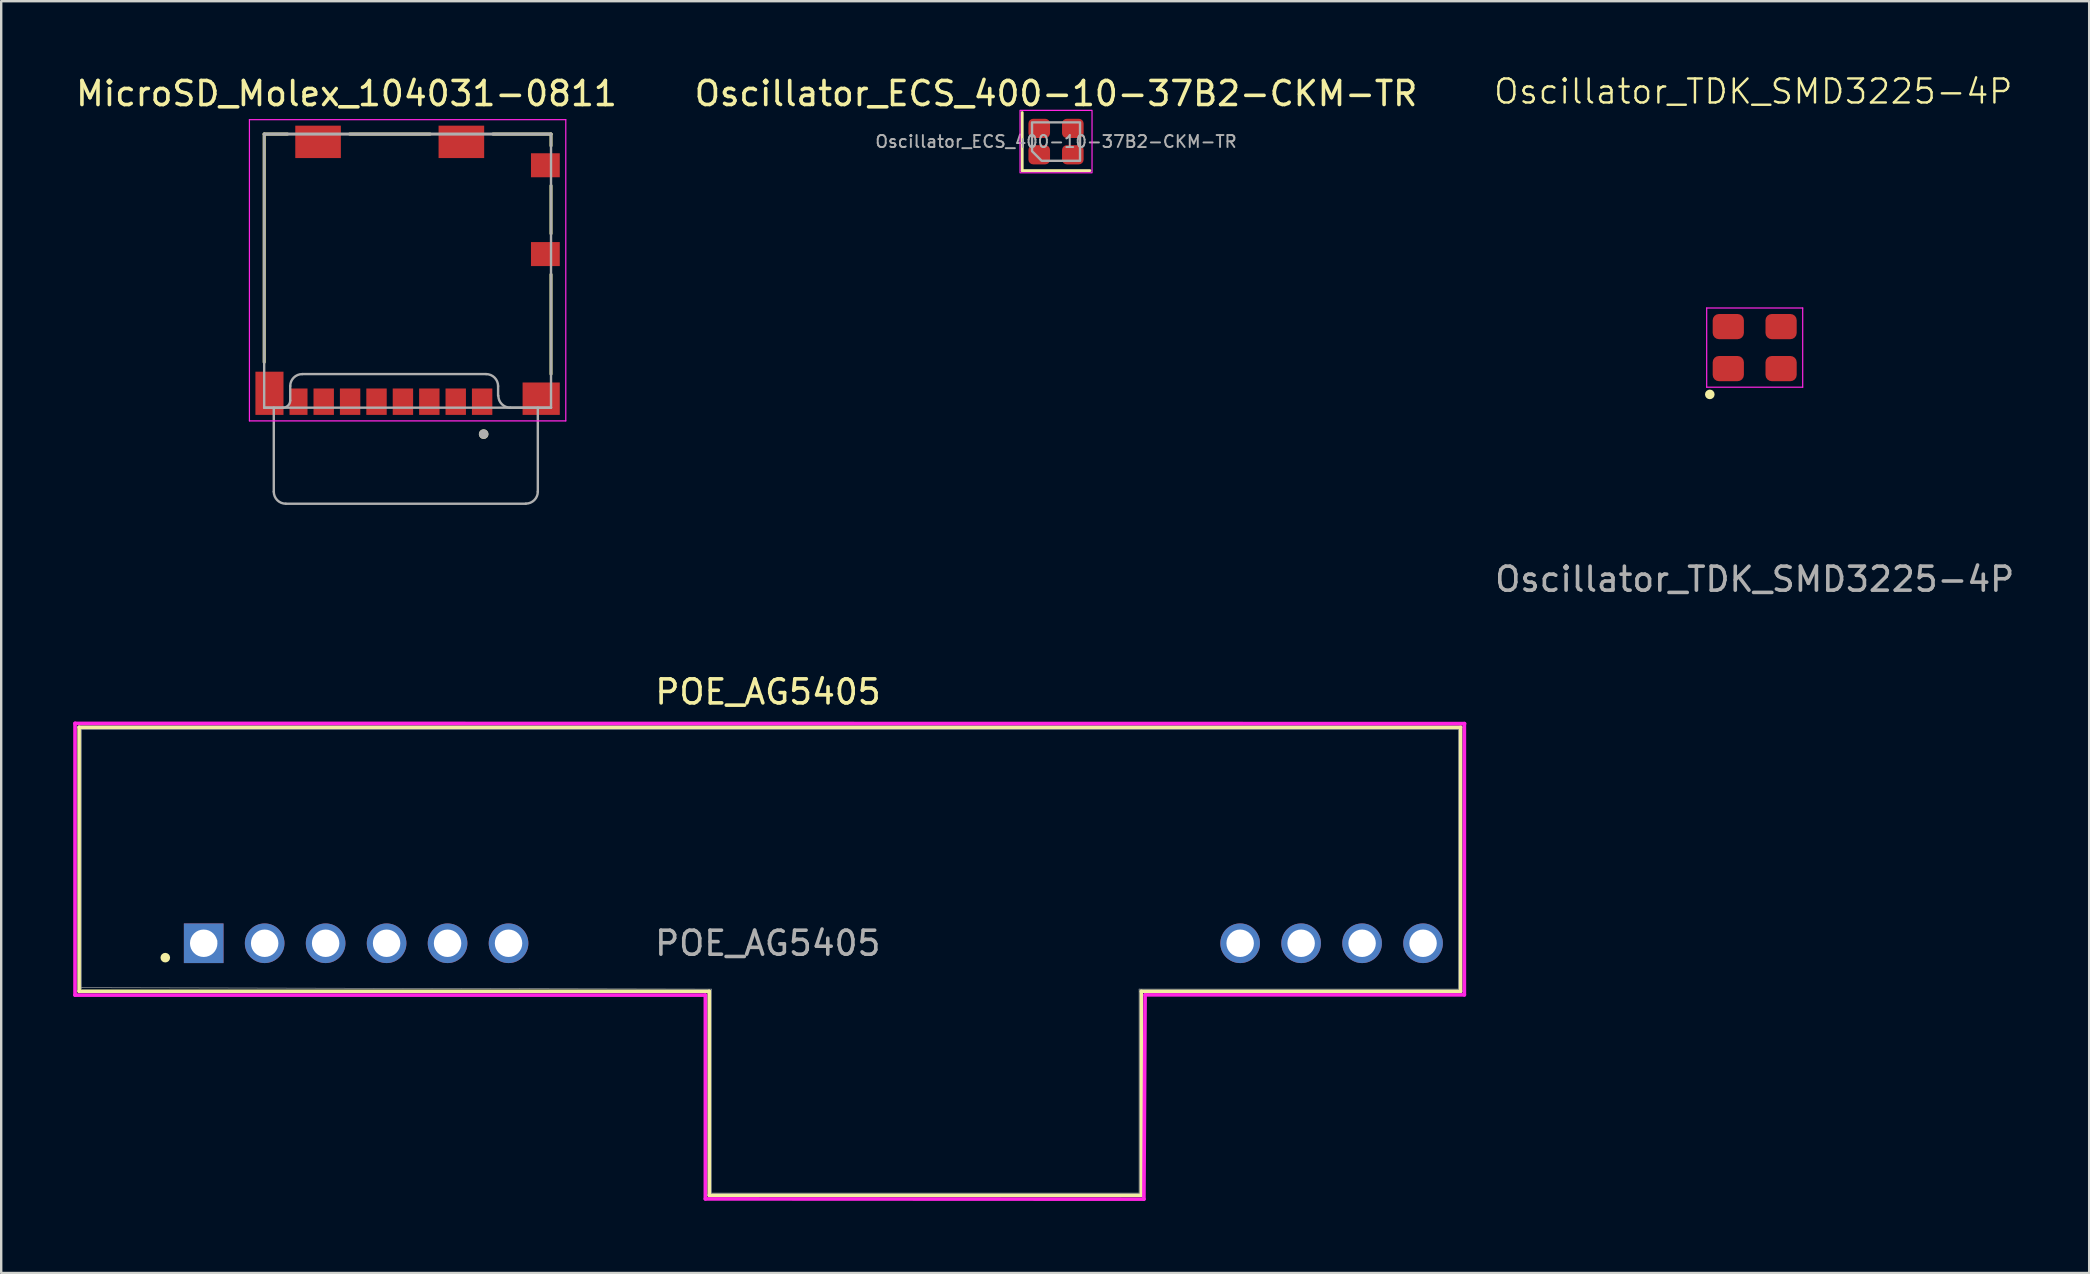
<source format=kicad_pcb>
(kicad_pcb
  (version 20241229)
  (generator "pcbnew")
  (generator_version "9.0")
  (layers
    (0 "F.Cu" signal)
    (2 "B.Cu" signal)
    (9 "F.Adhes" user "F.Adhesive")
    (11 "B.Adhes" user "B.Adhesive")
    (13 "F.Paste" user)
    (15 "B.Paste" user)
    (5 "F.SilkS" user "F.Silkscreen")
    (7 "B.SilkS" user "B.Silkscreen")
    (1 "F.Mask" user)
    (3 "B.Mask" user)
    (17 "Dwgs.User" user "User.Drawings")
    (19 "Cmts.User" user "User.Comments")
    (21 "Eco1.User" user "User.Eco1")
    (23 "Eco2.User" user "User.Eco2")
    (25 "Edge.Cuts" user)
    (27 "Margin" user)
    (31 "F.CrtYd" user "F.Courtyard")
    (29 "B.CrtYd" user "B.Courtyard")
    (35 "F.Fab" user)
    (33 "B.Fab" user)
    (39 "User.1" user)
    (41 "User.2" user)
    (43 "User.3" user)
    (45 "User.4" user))
  (footprint "Oscillator_TDK_SMD3225-4P"
    (layer "F.Cu")
    (at 70.052 11.431)
    (property "Reference" "Oscillator_TDK_SMD3225-4P" (at -0.06 -10.67 0) (unlocked yes) (layer "F.SilkS") (effects (font (size 1 1) (thickness 0.1))))
    (attr smd)
    (fp_circle (center -1.87 1.95) (end -1.77 1.95) (stroke (width 0.2) (type solid)) (fill no) (layer "F.SilkS"))
    (fp_line (start -2 -1.65) (end 2 -1.65) (stroke (width 0.05) (type solid)) (layer "F.CrtYd"))
    (fp_line (start -2 1.65) (end -2 -1.65) (stroke (width 0.05) (type solid)) (layer "F.CrtYd"))
    (fp_line (start 2 -1.65) (end 2 1.65) (stroke (width 0.05) (type solid)) (layer "F.CrtYd"))
    (fp_line (start 2 1.65) (end -2 1.65) (stroke (width 0.05) (type solid)) (layer "F.CrtYd"))
    (fp_text user "${REFERENCE}" (at 0 9.65 0) (unlocked yes) (layer "F.Fab") (effects (font (size 1 1) (thickness 0.15))))
    (pad "1" smd roundrect (at -1.1 0.875) (size 1.3 1.05) (layers "F.Cu" "F.Mask" "F.Paste") (roundrect_rratio 0.25))
    (pad "2" smd roundrect (at 1.1 0.875) (size 1.3 1.05) (layers "F.Cu" "F.Mask" "F.Paste") (roundrect_rratio 0.25))
    (pad "3" smd roundrect (at 1.1 -0.875) (size 1.3 1.05) (layers "F.Cu" "F.Mask" "F.Paste") (roundrect_rratio 0.25))
    (pad "4" smd roundrect (at -1.1 -0.875) (size 1.3 1.05) (layers "F.Cu" "F.Mask" "F.Paste") (roundrect_rratio 0.25)))
  (footprint "Oscillator_ECS_400-10-37B2-CKM-TR"
    (layer "F.Cu")
    (at 40.945 2.848)
    (property "Reference" "Oscillator_ECS_400-10-37B2-CKM-TR" (at 0 -2 0) (layer "F.SilkS") (effects (font (size 1 1) (thickness 0.15))))
    (attr smd)
    (fp_line (start -1.41 -1.21) (end -1.41 1.21) (stroke (width 0.12) (type solid)) (layer "F.SilkS"))
    (fp_line (start -1.41 1.21) (end 1.41 1.21) (stroke (width 0.12) (type solid)) (layer "F.SilkS"))
    (fp_rect (start -1.5 -1.3) (end 1.5 1.3) (stroke (width 0.05) (type solid)) (fill no) (layer "F.CrtYd"))
    (fp_poly (pts (xy -1 -0.8) (xy -1 0.4) (xy -0.6 0.8) (xy 1 0.8) (xy 1 -0.8)) (stroke (width 0.1) (type solid)) (fill no) (layer "F.Fab"))
    (fp_text user "${REFERENCE}" (at 0 0 0) (layer "F.Fab") (effects (font (size 0.5 0.5) (thickness 0.08))))
    (pad "1" smd roundrect (at -0.7 0.55) (size 0.9 0.8) (layers "F.Cu" "F.Mask" "F.Paste") (roundrect_rratio 0.25))
    (pad "2" smd roundrect (at 0.7 0.55) (size 0.9 0.8) (layers "F.Cu" "F.Mask" "F.Paste") (roundrect_rratio 0.25))
    (pad "3" smd roundrect (at 0.7 -0.55) (size 0.9 0.8) (layers "F.Cu" "F.Mask" "F.Paste") (roundrect_rratio 0.25))
    (pad "4" smd roundrect (at -0.7 -0.55) (size 0.9 0.8) (layers "F.Cu" "F.Mask" "F.Paste") (roundrect_rratio 0.25)))
  (footprint "POE_AG5405"
    (layer "F.Cu")
    (at 5.436 36.247)
    (property "Reference" "POE_AG5405" (at 23.51 -10.47 0) (unlocked yes) (layer "F.SilkS") (effects (font (size 1 1) (thickness 0.15))))
    (attr through_hole)
    (fp_line (start -5.19 -9) (end -5.19 2) (stroke (width 0.152) (type solid)) (layer "F.SilkS"))
    (fp_line (start -5.19 2) (end 21.06 2) (stroke (width 0.152) (type default)) (layer "F.SilkS"))
    (fp_line (start 21.06 10.5) (end 21.06 2) (stroke (width 0.152) (type default)) (layer "F.SilkS"))
    (fp_line (start 21.06 10.5) (end 39.06 10.5) (stroke (width 0.152) (type default)) (layer "F.SilkS"))
    (fp_line (start 39.06 2) (end 52.366 2) (stroke (width 0.152) (type solid)) (layer "F.SilkS"))
    (fp_line (start 39.06 10.5) (end 39.06 2) (stroke (width 0.152) (type default)) (layer "F.SilkS"))
    (fp_line (start 52.366 -9) (end -5.19 -9) (stroke (width 0.152) (type solid)) (layer "F.SilkS"))
    (fp_line (start 52.366 2) (end 52.366 -9) (stroke (width 0.152) (type solid)) (layer "F.SilkS"))
    (fp_circle (center -1.6 0.6) (end -1.5 0.6) (stroke (width 0.2) (type solid)) (fill no) (layer "F.SilkS"))
    (fp_line (start -5.36 -9.16) (end 52.53 -9.15) (stroke (width 0.152) (type solid)) (layer "F.CrtYd"))
    (fp_line (start -5.36 2.16) (end -5.36 -9.16) (stroke (width 0.152) (type solid)) (layer "F.CrtYd"))
    (fp_line (start 20.9 2.16) (end -5.36 2.16) (stroke (width 0.152) (type solid)) (layer "F.CrtYd"))
    (fp_line (start 20.9 10.65) (end 20.9 2.16) (stroke (width 0.152) (type solid)) (layer "F.CrtYd"))
    (fp_line (start 39.17 10.66) (end 20.9 10.65) (stroke (width 0.152) (type solid)) (layer "F.CrtYd"))
    (fp_line (start 39.17 10.66) (end 39.22 2.15) (stroke (width 0.152) (type solid)) (layer "F.CrtYd"))
    (fp_line (start 52.52 -9.15) (end 52.52 2.15) (stroke (width 0.152) (type solid)) (layer "F.CrtYd"))
    (fp_line (start 52.52 2.15) (end 39.22 2.15) (stroke (width 0.152) (type solid)) (layer "F.CrtYd"))
    (fp_line (start -5.1 -8.91) (end -5.1 1.91) (stroke (width 0.025) (type solid)) (layer "F.Fab"))
    (fp_line (start -5.1 1.85) (end 21.15 1.91) (stroke (width 0.025) (type solid)) (layer "F.Fab"))
    (fp_line (start 21.15 10.41) (end 21.15 1.91) (stroke (width 0.025) (type solid)) (layer "F.Fab"))
    (fp_line (start 21.15 10.41) (end 38.97 10.41) (stroke (width 0.025) (type solid)) (layer "F.Fab"))
    (fp_line (start 38.97 1.91) (end 52.27 1.91) (stroke (width 0.025) (type solid)) (layer "F.Fab"))
    (fp_line (start 38.97 10.41) (end 38.97 1.91) (stroke (width 0.025) (type solid)) (layer "F.Fab"))
    (fp_line (start 52.27 -8.91) (end -5.1 -8.91) (stroke (width 0.025) (type solid)) (layer "F.Fab"))
    (fp_line (start 52.27 1.91) (end 52.27 -8.91) (stroke (width 0.025) (type solid)) (layer "F.Fab"))
    (fp_text user "*" (at 0.254 0.308 0) (layer "F.Fab") (effects (font (size 1 1) (thickness 0.15))))
    (fp_text user "*" (at 0.254 0.308 0) (unlocked yes) (layer "F.Fab") (effects (font (size 1 1) (thickness 0.15))))
    (fp_text user "${REFERENCE}" (at 23.5 0 0) (unlocked yes) (layer "F.Fab") (effects (font (size 1 1) (thickness 0.15))))
    (pad "1" thru_hole rect (at 0 0) (size 1.651 1.651) (drill 1.143) (layers "*.Cu" "*.Mask"))
    (pad "2" thru_hole circle (at 2.54 0) (size 1.651 1.651) (drill 1.143) (layers "*.Cu" "*.Mask"))
    (pad "3" thru_hole circle (at 5.08 0) (size 1.651 1.651) (drill 1.143) (layers "*.Cu" "*.Mask"))
    (pad "4" thru_hole circle (at 7.62 0) (size 1.651 1.651) (drill 1.143) (layers "*.Cu" "*.Mask"))
    (pad "5" thru_hole circle (at 10.16 0) (size 1.651 1.651) (drill 1.143) (layers "*.Cu" "*.Mask"))
    (pad "6" thru_hole circle (at 12.7 0) (size 1.651 1.651) (drill 1.143) (layers "*.Cu" "*.Mask"))
    (pad "7" thru_hole circle (at 43.18 0) (size 1.651 1.651) (drill 1.143) (layers "*.Cu" "*.Mask"))
    (pad "8" thru_hole circle (at 45.72 0) (size 1.651 1.651) (drill 1.143) (layers "*.Cu" "*.Mask"))
    (pad "9" thru_hole circle (at 48.26 0) (size 1.651 1.651) (drill 1.143) (layers "*.Cu" "*.Mask"))
    (pad "10" thru_hole circle (at 50.8 0) (size 1.651 1.651) (drill 1.143) (layers "*.Cu" "*.Mask")))
  (footprint "MicroSD_Molex_104031-0811"
    (layer "F.Cu")
    (at 13.931 8.235)
    (property "Reference" "MicroSD_Molex_104031-0811" (at -2.545 -7.386 0) (layer "F.SilkS") (effects (font (size 1.002 1.002) (thickness 0.15))))
    (attr smd)
    (fp_line (start -5.975 -5.7) (end -5.975 3.806) (stroke (width 0.127) (type solid)) (layer "F.SilkS"))
    (fp_line (start -5.003 -5.7) (end -5.975 -5.7) (stroke (width 0.127) (type solid)) (layer "F.SilkS"))
    (fp_line (start 0.939 -5.7) (end -2.413 -5.7) (stroke (width 0.127) (type solid)) (layer "F.SilkS"))
    (fp_line (start 3.556 -5.7) (end 5.975 -5.7) (stroke (width 0.127) (type solid)) (layer "F.SilkS"))
    (fp_line (start 5.975 -5.7) (end 5.975 -5.211) (stroke (width 0.127) (type solid)) (layer "F.SilkS"))
    (fp_line (start 5.975 -3.55) (end 5.975 -1.55) (stroke (width 0.127) (type solid)) (layer "F.SilkS"))
    (fp_line (start 5.975 0.15) (end 5.975 4.3) (stroke (width 0.127) (type solid)) (layer "F.SilkS"))
    (fp_circle (center 3.168 6.801) (end 3.268 6.801) (stroke (width 0.2) (type solid)) (fill no) (layer "F.SilkS"))
    (fp_line (start -6.59 -6.3) (end -6.59 6.25) (stroke (width 0.05) (type solid)) (layer "F.CrtYd"))
    (fp_line (start -6.59 6.25) (end 6.59 6.25) (stroke (width 0.05) (type solid)) (layer "F.CrtYd"))
    (fp_line (start 6.59 -6.3) (end -6.59 -6.3) (stroke (width 0.05) (type solid)) (layer "F.CrtYd"))
    (fp_line (start 6.59 6.25) (end 6.59 -6.3) (stroke (width 0.05) (type solid)) (layer "F.CrtYd"))
    (fp_line (start -5.975 -5.7) (end 5.975 -5.7) (stroke (width 0.127) (type solid)) (layer "F.Fab"))
    (fp_line (start -5.975 5.7) (end -5.975 -5.7) (stroke (width 0.1) (type solid)) (layer "F.Fab"))
    (fp_line (start -5.975 5.7) (end -5.19 5.7) (stroke (width 0.1) (type solid)) (layer "F.Fab"))
    (fp_line (start -5.575 5.7) (end -5.575 9.2) (stroke (width 0.1) (type solid)) (layer "F.Fab"))
    (fp_line (start -4.89 5.4) (end -4.89 4.8) (stroke (width 0.1) (type solid)) (layer "F.Fab"))
    (fp_line (start -4.39 4.3) (end 3.27 4.3) (stroke (width 0.1) (type solid)) (layer "F.Fab"))
    (fp_line (start 3.77 4.8) (end 3.77 5.2) (stroke (width 0.1) (type solid)) (layer "F.Fab"))
    (fp_line (start 4.925 9.7) (end -5.075 9.7) (stroke (width 0.1) (type solid)) (layer "F.Fab"))
    (fp_line (start 5.425 9.2) (end 5.425 5.7) (stroke (width 0.1) (type solid)) (layer "F.Fab"))
    (fp_line (start 5.975 -5.7) (end 5.975 5.7) (stroke (width 0.1) (type solid)) (layer "F.Fab"))
    (fp_line (start 5.975 5.7) (end -5.975 5.7) (stroke (width 0.1) (type solid)) (layer "F.Fab"))
    (fp_line (start 5.975 5.7) (end 4.28 5.7) (stroke (width 0.1) (type solid)) (layer "F.Fab"))
    (fp_arc (start -5.075 9.7) (mid -5.428553 9.553553) (end -5.575 9.2) (stroke (width 0.1) (type solid)) (layer "F.Fab"))
    (fp_arc (start -4.89 4.8) (mid -4.743553 4.446447) (end -4.39 4.3) (stroke (width 0.1) (type solid)) (layer "F.Fab"))
    (fp_arc (start -4.89 5.4) (mid -4.977868 5.612132) (end -5.19 5.7) (stroke (width 0.1) (type solid)) (layer "F.Fab"))
    (fp_arc (start 3.27 4.3) (mid 3.623553 4.446447) (end 3.77 4.8) (stroke (width 0.1) (type solid)) (layer "F.Fab"))
    (fp_arc (start 4.28 5.7) (mid 3.926447 5.553553) (end 3.78 5.2) (stroke (width 0.1) (type solid)) (layer "F.Fab"))
    (fp_arc (start 5.425 9.196447) (mid 5.278553 9.55) (end 4.925 9.696447) (stroke (width 0.1) (type solid)) (layer "F.Fab"))
    (fp_circle (center 3.168 6.801) (end 3.268 6.801) (stroke (width 0.2) (type solid)) (fill no) (layer "F.Fab"))
    (pad "1" smd rect (at 3.105 5.45) (size 0.85 1.1) (layers "F.Cu" "F.Mask" "F.Paste"))
    (pad "2" smd rect (at 2.005 5.45) (size 0.85 1.1) (layers "F.Cu" "F.Mask" "F.Paste"))
    (pad "3" smd rect (at 0.905 5.45) (size 0.85 1.1) (layers "F.Cu" "F.Mask" "F.Paste"))
    (pad "4" smd rect (at -0.195 5.45) (size 0.85 1.1) (layers "F.Cu" "F.Mask" "F.Paste"))
    (pad "5" smd rect (at -1.295 5.45) (size 0.85 1.1) (layers "F.Cu" "F.Mask" "F.Paste"))
    (pad "6" smd rect (at -2.395 5.45) (size 0.85 1.1) (layers "F.Cu" "F.Mask" "F.Paste"))
    (pad "7" smd rect (at -3.495 5.45) (size 0.85 1.1) (layers "F.Cu" "F.Mask" "F.Paste"))
    (pad "8" smd rect (at -4.545 5.45) (size 0.75 1.1) (layers "F.Cu" "F.Mask" "F.Paste"))
    (pad "9" smd rect (at 5.74 -0.7) (size 1.2 1) (layers "F.Cu" "F.Mask" "F.Paste"))
    (pad "10" smd rect (at 5.74 -4.4) (size 1.2 1) (layers "F.Cu" "F.Mask" "F.Paste"))
    (pad "G1" smd rect (at 5.565 5.325) (size 1.55 1.35) (layers "F.Cu" "F.Mask" "F.Paste"))
    (pad "G2" smd rect (at -5.755 5.1) (size 1.17 1.8) (layers "F.Cu" "F.Mask" "F.Paste"))
    (pad "G3" smd rect (at -3.73 -5.375) (size 1.9 1.35) (layers "F.Cu" "F.Mask" "F.Paste"))
    (pad "G4" smd rect (at 2.24 -5.375) (size 1.9 1.35) (layers "F.Cu" "F.Mask" "F.Paste")))
  (gr_rect
    (start -3 -3)
    (end 83.987 49.983)
    (stroke (width 0.1) (type default))
    (fill no)
    (layer "Edge.Cuts")))
</source>
